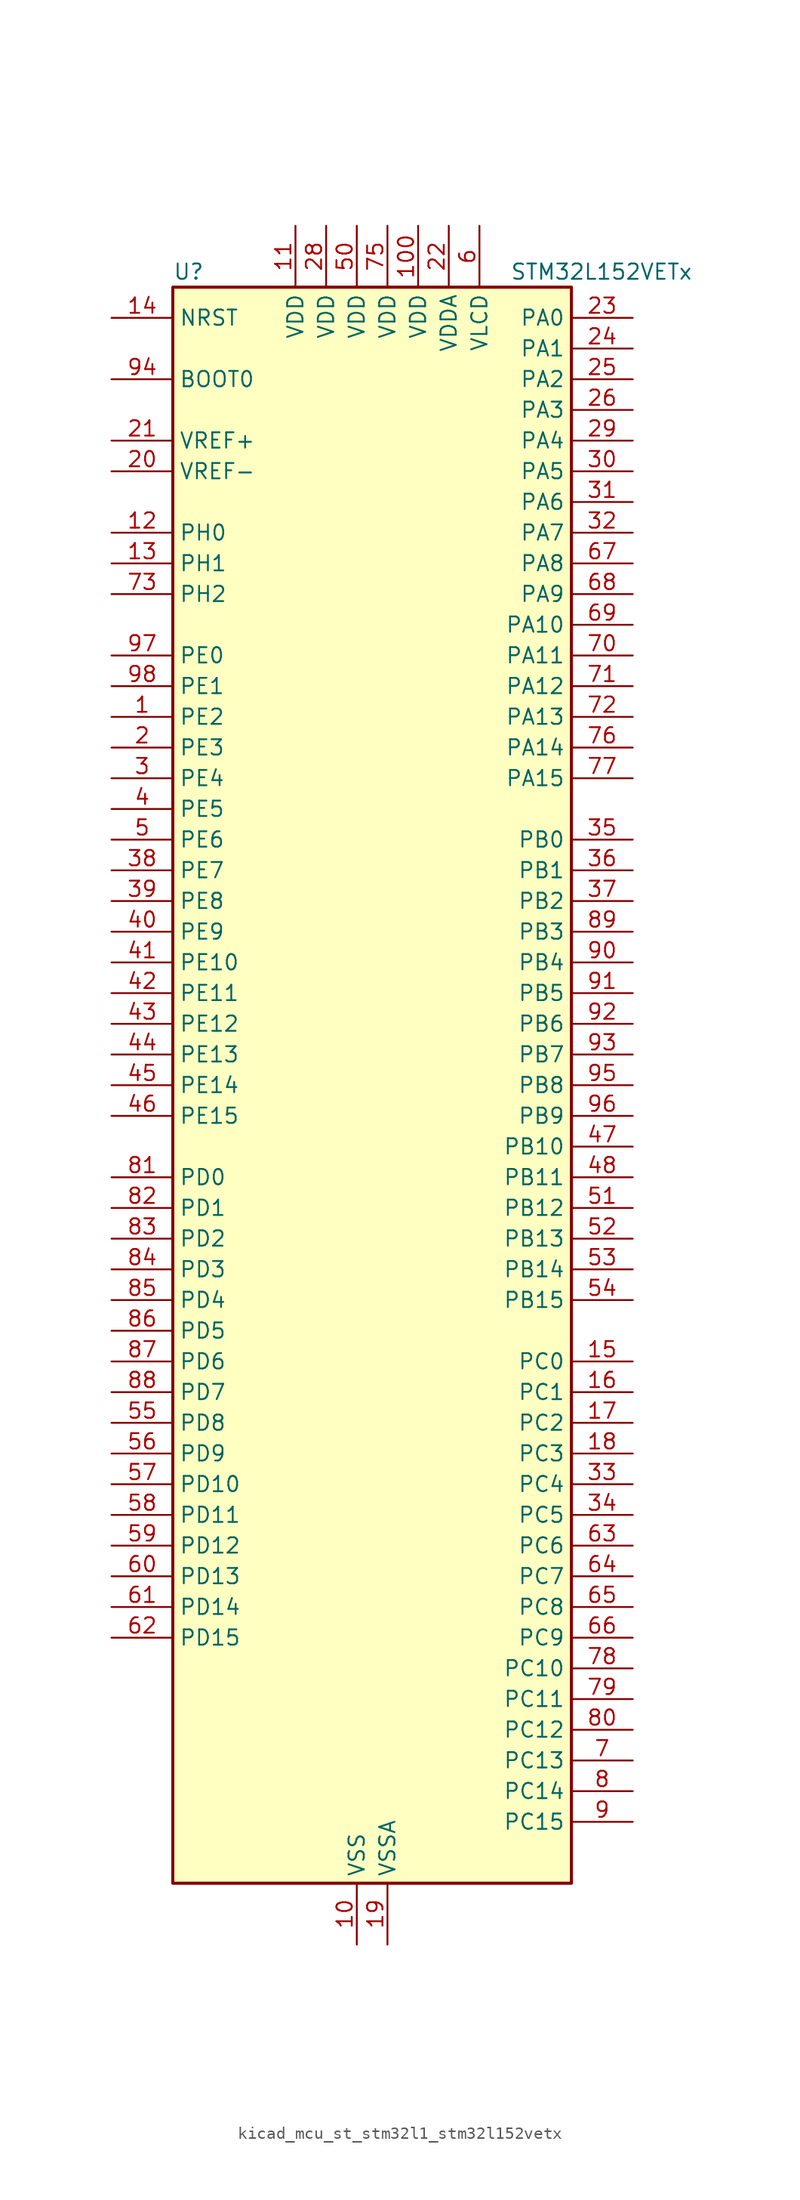
<source format=kicad_sym>
(kicad_symbol_lib
  (version 20220914)
  (generator kicad_symbol_editor)
  (symbol "kicad_mcu_st_stm32l1_stm32l152vetx"
    (property "Reference" "U"
      (at -15.24 67.31 0)
      (effects (font (size 1.27 1.27)) (justify left)))
    (property "Value" "STM32L152VETx"
      (at 12.7 67.31 0)
      (effects (font (size 1.27 1.27)) (justify left)))
    (property "ki_locked" ""
      (at 0 0 0)
      (effects (font (size 1.27 1.27))))
    (symbol "kicad_mcu_st_stm32l1_stm32l152vetx_0_1"
      (rectangle (start -15.24 -66.04) (end 17.78 66.04) (stroke (width 0.254) (type default)) (fill (type background))))
    (symbol "kicad_mcu_st_stm32l1_stm32l152vetx_1_1"
      (pin bidirectional line (at -20.32 30.48 0) (length 5.08) (name "PE2" (effects (font (size 1.27 1.27)))) (number "1" (effects (font (size 1.27 1.27)))) (alternate "LCD_SEG38" bidirectional line) (alternate "SYS_TRACECK" bidirectional line) (alternate "TIM3_ETR" bidirectional line) (alternate "TIMX_IC3" bidirectional line))
      (pin power_in line (at 0 -71.12 90) (length 5.08) (name "VSS" (effects (font (size 1.27 1.27)))) (number "10" (effects (font (size 1.27 1.27)))))
      (pin power_in line (at 5.08 71.12 270) (length 5.08) (name "VDD" (effects (font (size 1.27 1.27)))) (number "100" (effects (font (size 1.27 1.27)))))
      (pin power_in line (at -5.08 71.12 270) (length 5.08) (name "VDD" (effects (font (size 1.27 1.27)))) (number "11" (effects (font (size 1.27 1.27)))))
      (pin bidirectional line (at -20.32 45.72 0) (length 5.08) (name "PH0" (effects (font (size 1.27 1.27)))) (number "12" (effects (font (size 1.27 1.27)))) (alternate "RCC_OSC_IN" bidirectional line))
      (pin bidirectional line (at -20.32 43.18 0) (length 5.08) (name "PH1" (effects (font (size 1.27 1.27)))) (number "13" (effects (font (size 1.27 1.27)))) (alternate "RCC_OSC_OUT" bidirectional line))
      (pin input line (at -20.32 63.5 0) (length 5.08) (name "NRST" (effects (font (size 1.27 1.27)))) (number "14" (effects (font (size 1.27 1.27)))))
      (pin bidirectional line (at 22.86 -22.86 180) (length 5.08) (name "PC0" (effects (font (size 1.27 1.27)))) (number "15" (effects (font (size 1.27 1.27)))) (alternate "ADC_IN10" bidirectional line) (alternate "COMP1_INP" bidirectional line) (alternate "LCD_SEG18" bidirectional line) (alternate "TIMX_IC1" bidirectional line) (alternate "TS_G8_IO1" bidirectional line))
      (pin bidirectional line (at 22.86 -25.4 180) (length 5.08) (name "PC1" (effects (font (size 1.27 1.27)))) (number "16" (effects (font (size 1.27 1.27)))) (alternate "ADC_IN11" bidirectional line) (alternate "COMP1_INP" bidirectional line) (alternate "LCD_SEG19" bidirectional line) (alternate "TIMX_IC2" bidirectional line) (alternate "TS_G8_IO2" bidirectional line))
      (pin bidirectional line (at 22.86 -27.94 180) (length 5.08) (name "PC2" (effects (font (size 1.27 1.27)))) (number "17" (effects (font (size 1.27 1.27)))) (alternate "ADC_IN12" bidirectional line) (alternate "COMP1_INP" bidirectional line) (alternate "LCD_SEG20" bidirectional line) (alternate "TIMX_IC3" bidirectional line) (alternate "TS_G8_IO3" bidirectional line))
      (pin bidirectional line (at 22.86 -30.48 180) (length 5.08) (name "PC3" (effects (font (size 1.27 1.27)))) (number "18" (effects (font (size 1.27 1.27)))) (alternate "ADC_IN13" bidirectional line) (alternate "COMP1_INP" bidirectional line) (alternate "LCD_SEG21" bidirectional line) (alternate "TIMX_IC4" bidirectional line) (alternate "TS_G8_IO4" bidirectional line))
      (pin power_in line (at 2.54 -71.12 90) (length 5.08) (name "VSSA" (effects (font (size 1.27 1.27)))) (number "19" (effects (font (size 1.27 1.27)))))
      (pin bidirectional line (at -20.32 27.94 0) (length 5.08) (name "PE3" (effects (font (size 1.27 1.27)))) (number "2" (effects (font (size 1.27 1.27)))) (alternate "LCD_SEG39" bidirectional line) (alternate "SYS_TRACED0" bidirectional line) (alternate "TIM3_CH1" bidirectional line) (alternate "TIMX_IC4" bidirectional line))
      (pin input line (at -20.32 50.8 0) (length 5.08) (name "VREF-" (effects (font (size 1.27 1.27)))) (number "20" (effects (font (size 1.27 1.27)))))
      (pin input line (at -20.32 53.34 0) (length 5.08) (name "VREF+" (effects (font (size 1.27 1.27)))) (number "21" (effects (font (size 1.27 1.27)))))
      (pin power_in line (at 7.62 71.12 270) (length 5.08) (name "VDDA" (effects (font (size 1.27 1.27)))) (number "22" (effects (font (size 1.27 1.27)))))
      (pin bidirectional line (at 22.86 63.5 180) (length 5.08) (name "PA0" (effects (font (size 1.27 1.27)))) (number "23" (effects (font (size 1.27 1.27)))) (alternate "ADC_IN0" bidirectional line) (alternate "COMP1_INP" bidirectional line) (alternate "RTC_TAMP2" bidirectional line) (alternate "SYS_WKUP1" bidirectional line) (alternate "TIM2_CH1" bidirectional line) (alternate "TIM2_ETR" bidirectional line) (alternate "TIM5_CH1" bidirectional line) (alternate "TIMX_IC1" bidirectional line) (alternate "TS_G1_IO1" bidirectional line) (alternate "USART2_CTS" bidirectional line))
      (pin bidirectional line (at 22.86 60.96 180) (length 5.08) (name "PA1" (effects (font (size 1.27 1.27)))) (number "24" (effects (font (size 1.27 1.27)))) (alternate "ADC_IN1" bidirectional line) (alternate "COMP1_INP" bidirectional line) (alternate "LCD_SEG0" bidirectional line) (alternate "OPAMP1_VINP" bidirectional line) (alternate "TIM2_CH2" bidirectional line) (alternate "TIM5_CH2" bidirectional line) (alternate "TIMX_IC2" bidirectional line) (alternate "TS_G1_IO2" bidirectional line) (alternate "USART2_RTS" bidirectional line))
      (pin bidirectional line (at 22.86 58.42 180) (length 5.08) (name "PA2" (effects (font (size 1.27 1.27)))) (number "25" (effects (font (size 1.27 1.27)))) (alternate "ADC_IN2" bidirectional line) (alternate "COMP1_INP" bidirectional line) (alternate "LCD_SEG1" bidirectional line) (alternate "OPAMP1_VINM" bidirectional line) (alternate "TIM2_CH3" bidirectional line) (alternate "TIM5_CH3" bidirectional line) (alternate "TIM9_CH1" bidirectional line) (alternate "TIMX_IC3" bidirectional line) (alternate "TS_G1_IO3" bidirectional line) (alternate "USART2_TX" bidirectional line))
      (pin bidirectional line (at 22.86 55.88 180) (length 5.08) (name "PA3" (effects (font (size 1.27 1.27)))) (number "26" (effects (font (size 1.27 1.27)))) (alternate "ADC_IN3" bidirectional line) (alternate "COMP1_INP" bidirectional line) (alternate "LCD_SEG2" bidirectional line) (alternate "OPAMP1_VOUT" bidirectional line) (alternate "TIM2_CH4" bidirectional line) (alternate "TIM5_CH4" bidirectional line) (alternate "TIM9_CH2" bidirectional line) (alternate "TIMX_IC4" bidirectional line) (alternate "TS_G1_IO4" bidirectional line) (alternate "USART2_RX" bidirectional line))
      (pin passive line (at 0 -71.12 90) (length 5.08) hide (name "VSS" (effects (font (size 1.27 1.27)))) (number "27" (effects (font (size 1.27 1.27)))))
      (pin power_in line (at -2.54 71.12 270) (length 5.08) (name "VDD" (effects (font (size 1.27 1.27)))) (number "28" (effects (font (size 1.27 1.27)))))
      (pin bidirectional line (at 22.86 53.34 180) (length 5.08) (name "PA4" (effects (font (size 1.27 1.27)))) (number "29" (effects (font (size 1.27 1.27)))) (alternate "ADC_IN4" bidirectional line) (alternate "COMP1_INP" bidirectional line) (alternate "DAC_OUT1" bidirectional line) (alternate "I2S3_WS" bidirectional line) (alternate "SPI1_NSS" bidirectional line) (alternate "SPI3_NSS" bidirectional line) (alternate "TIMX_IC1" bidirectional line) (alternate "USART2_CK" bidirectional line))
      (pin bidirectional line (at -20.32 25.4 0) (length 5.08) (name "PE4" (effects (font (size 1.27 1.27)))) (number "3" (effects (font (size 1.27 1.27)))) (alternate "SYS_TRACED1" bidirectional line) (alternate "TIM3_CH2" bidirectional line) (alternate "TIMX_IC1" bidirectional line))
      (pin bidirectional line (at 22.86 50.8 180) (length 5.08) (name "PA5" (effects (font (size 1.27 1.27)))) (number "30" (effects (font (size 1.27 1.27)))) (alternate "ADC_IN5" bidirectional line) (alternate "COMP1_INP" bidirectional line) (alternate "DAC_OUT2" bidirectional line) (alternate "SPI1_SCK" bidirectional line) (alternate "TIM2_CH1" bidirectional line) (alternate "TIM2_ETR" bidirectional line) (alternate "TIMX_IC2" bidirectional line))
      (pin bidirectional line (at 22.86 48.26 180) (length 5.08) (name "PA6" (effects (font (size 1.27 1.27)))) (number "31" (effects (font (size 1.27 1.27)))) (alternate "ADC_IN6" bidirectional line) (alternate "COMP1_INP" bidirectional line) (alternate "LCD_SEG3" bidirectional line) (alternate "OPAMP2_VINP" bidirectional line) (alternate "SPI1_MISO" bidirectional line) (alternate "TIM10_CH1" bidirectional line) (alternate "TIM3_CH1" bidirectional line) (alternate "TIMX_IC3" bidirectional line) (alternate "TS_G2_IO1" bidirectional line))
      (pin bidirectional line (at 22.86 45.72 180) (length 5.08) (name "PA7" (effects (font (size 1.27 1.27)))) (number "32" (effects (font (size 1.27 1.27)))) (alternate "ADC_IN7" bidirectional line) (alternate "COMP1_INP" bidirectional line) (alternate "LCD_SEG4" bidirectional line) (alternate "OPAMP2_VINM" bidirectional line) (alternate "SPI1_MOSI" bidirectional line) (alternate "TIM11_CH1" bidirectional line) (alternate "TIM3_CH2" bidirectional line) (alternate "TIMX_IC4" bidirectional line) (alternate "TS_G2_IO2" bidirectional line))
      (pin bidirectional line (at 22.86 -33.02 180) (length 5.08) (name "PC4" (effects (font (size 1.27 1.27)))) (number "33" (effects (font (size 1.27 1.27)))) (alternate "ADC_IN14" bidirectional line) (alternate "COMP1_INP" bidirectional line) (alternate "LCD_SEG22" bidirectional line) (alternate "TIMX_IC1" bidirectional line) (alternate "TS_G9_IO1" bidirectional line))
      (pin bidirectional line (at 22.86 -35.56 180) (length 5.08) (name "PC5" (effects (font (size 1.27 1.27)))) (number "34" (effects (font (size 1.27 1.27)))) (alternate "ADC_IN15" bidirectional line) (alternate "COMP1_INP" bidirectional line) (alternate "LCD_SEG23" bidirectional line) (alternate "TIMX_IC2" bidirectional line) (alternate "TS_G9_IO2" bidirectional line))
      (pin bidirectional line (at 22.86 20.32 180) (length 5.08) (name "PB0" (effects (font (size 1.27 1.27)))) (number "35" (effects (font (size 1.27 1.27)))) (alternate "ADC_IN8" bidirectional line) (alternate "COMP1_INP" bidirectional line) (alternate "LCD_SEG5" bidirectional line) (alternate "OPAMP2_VOUT" bidirectional line) (alternate "SYS_V_REF_OUT" bidirectional line) (alternate "TIM3_CH3" bidirectional line) (alternate "TS_G3_IO1" bidirectional line))
      (pin bidirectional line (at 22.86 17.78 180) (length 5.08) (name "PB1" (effects (font (size 1.27 1.27)))) (number "36" (effects (font (size 1.27 1.27)))) (alternate "ADC_IN9" bidirectional line) (alternate "COMP1_INP" bidirectional line) (alternate "LCD_SEG6" bidirectional line) (alternate "SYS_V_REF_OUT" bidirectional line) (alternate "TIM3_CH4" bidirectional line) (alternate "TS_G3_IO2" bidirectional line))
      (pin bidirectional line (at 22.86 15.24 180) (length 5.08) (name "PB2" (effects (font (size 1.27 1.27)))) (number "37" (effects (font (size 1.27 1.27)))) (alternate "ADC_IN0b" bidirectional line) (alternate "TS_G3_IO3" bidirectional line))
      (pin bidirectional line (at -20.32 17.78 0) (length 5.08) (name "PE7" (effects (font (size 1.27 1.27)))) (number "38" (effects (font (size 1.27 1.27)))) (alternate "ADC_IN22" bidirectional line) (alternate "COMP1_INP" bidirectional line) (alternate "TIMX_IC4" bidirectional line))
      (pin bidirectional line (at -20.32 15.24 0) (length 5.08) (name "PE8" (effects (font (size 1.27 1.27)))) (number "39" (effects (font (size 1.27 1.27)))) (alternate "ADC_IN23" bidirectional line) (alternate "COMP1_INP" bidirectional line) (alternate "TIMX_IC1" bidirectional line))
      (pin bidirectional line (at -20.32 22.86 0) (length 5.08) (name "PE5" (effects (font (size 1.27 1.27)))) (number "4" (effects (font (size 1.27 1.27)))) (alternate "SYS_TRACED2" bidirectional line) (alternate "TIM9_CH1" bidirectional line) (alternate "TIMX_IC2" bidirectional line))
      (pin bidirectional line (at -20.32 12.7 0) (length 5.08) (name "PE9" (effects (font (size 1.27 1.27)))) (number "40" (effects (font (size 1.27 1.27)))) (alternate "ADC_IN24" bidirectional line) (alternate "COMP1_INP" bidirectional line) (alternate "DAC_EXTI9" bidirectional line) (alternate "TIM2_CH1" bidirectional line) (alternate "TIM2_ETR" bidirectional line) (alternate "TIMX_IC2" bidirectional line))
      (pin bidirectional line (at -20.32 10.16 0) (length 5.08) (name "PE10" (effects (font (size 1.27 1.27)))) (number "41" (effects (font (size 1.27 1.27)))) (alternate "ADC_IN25" bidirectional line) (alternate "COMP1_INP" bidirectional line) (alternate "TIM2_CH2" bidirectional line) (alternate "TIMX_IC3" bidirectional line))
      (pin bidirectional line (at -20.32 7.62 0) (length 5.08) (name "PE11" (effects (font (size 1.27 1.27)))) (number "42" (effects (font (size 1.27 1.27)))) (alternate "ADC_EXTI11" bidirectional line) (alternate "TIM2_CH3" bidirectional line) (alternate "TIMX_IC4" bidirectional line))
      (pin bidirectional line (at -20.32 5.08 0) (length 5.08) (name "PE12" (effects (font (size 1.27 1.27)))) (number "43" (effects (font (size 1.27 1.27)))) (alternate "SPI1_NSS" bidirectional line) (alternate "TIM2_CH4" bidirectional line) (alternate "TIMX_IC1" bidirectional line))
      (pin bidirectional line (at -20.32 2.54 0) (length 5.08) (name "PE13" (effects (font (size 1.27 1.27)))) (number "44" (effects (font (size 1.27 1.27)))) (alternate "SPI1_SCK" bidirectional line) (alternate "TIMX_IC2" bidirectional line))
      (pin bidirectional line (at -20.32 0 0) (length 5.08) (name "PE14" (effects (font (size 1.27 1.27)))) (number "45" (effects (font (size 1.27 1.27)))) (alternate "SPI1_MISO" bidirectional line) (alternate "TIMX_IC3" bidirectional line))
      (pin bidirectional line (at -20.32 -2.54 0) (length 5.08) (name "PE15" (effects (font (size 1.27 1.27)))) (number "46" (effects (font (size 1.27 1.27)))) (alternate "ADC_EXTI15" bidirectional line) (alternate "SPI1_MOSI" bidirectional line) (alternate "TIMX_IC4" bidirectional line))
      (pin bidirectional line (at 22.86 -5.08 180) (length 5.08) (name "PB10" (effects (font (size 1.27 1.27)))) (number "47" (effects (font (size 1.27 1.27)))) (alternate "I2C2_SCL" bidirectional line) (alternate "LCD_SEG10" bidirectional line) (alternate "TIM2_CH3" bidirectional line) (alternate "USART3_TX" bidirectional line))
      (pin bidirectional line (at 22.86 -7.62 180) (length 5.08) (name "PB11" (effects (font (size 1.27 1.27)))) (number "48" (effects (font (size 1.27 1.27)))) (alternate "ADC_EXTI11" bidirectional line) (alternate "I2C2_SDA" bidirectional line) (alternate "LCD_SEG11" bidirectional line) (alternate "TIM2_CH4" bidirectional line) (alternate "USART3_RX" bidirectional line))
      (pin passive line (at 0 -71.12 90) (length 5.08) hide (name "VSS" (effects (font (size 1.27 1.27)))) (number "49" (effects (font (size 1.27 1.27)))))
      (pin bidirectional line (at -20.32 20.32 0) (length 5.08) (name "PE6" (effects (font (size 1.27 1.27)))) (number "5" (effects (font (size 1.27 1.27)))) (alternate "RTC_TAMP3" bidirectional line) (alternate "SYS_TRACED3" bidirectional line) (alternate "SYS_WKUP3" bidirectional line) (alternate "TIM9_CH2" bidirectional line) (alternate "TIMX_IC3" bidirectional line))
      (pin power_in line (at 0 71.12 270) (length 5.08) (name "VDD" (effects (font (size 1.27 1.27)))) (number "50" (effects (font (size 1.27 1.27)))))
      (pin bidirectional line (at 22.86 -10.16 180) (length 5.08) (name "PB12" (effects (font (size 1.27 1.27)))) (number "51" (effects (font (size 1.27 1.27)))) (alternate "ADC_IN18" bidirectional line) (alternate "COMP1_INP" bidirectional line) (alternate "I2C2_SMBA" bidirectional line) (alternate "I2S2_WS" bidirectional line) (alternate "LCD_SEG12" bidirectional line) (alternate "SPI2_NSS" bidirectional line) (alternate "TIM10_CH1" bidirectional line) (alternate "TS_G7_IO1" bidirectional line) (alternate "USART3_CK" bidirectional line))
      (pin bidirectional line (at 22.86 -12.7 180) (length 5.08) (name "PB13" (effects (font (size 1.27 1.27)))) (number "52" (effects (font (size 1.27 1.27)))) (alternate "ADC_IN19" bidirectional line) (alternate "COMP1_INP" bidirectional line) (alternate "I2S2_CK" bidirectional line) (alternate "LCD_SEG13" bidirectional line) (alternate "SPI2_SCK" bidirectional line) (alternate "TIM9_CH1" bidirectional line) (alternate "TS_G7_IO2" bidirectional line) (alternate "USART3_CTS" bidirectional line))
      (pin bidirectional line (at 22.86 -15.24 180) (length 5.08) (name "PB14" (effects (font (size 1.27 1.27)))) (number "53" (effects (font (size 1.27 1.27)))) (alternate "ADC_IN20" bidirectional line) (alternate "COMP1_INP" bidirectional line) (alternate "LCD_SEG14" bidirectional line) (alternate "SPI2_MISO" bidirectional line) (alternate "TIM9_CH2" bidirectional line) (alternate "TS_G7_IO3" bidirectional line) (alternate "USART3_RTS" bidirectional line))
      (pin bidirectional line (at 22.86 -17.78 180) (length 5.08) (name "PB15" (effects (font (size 1.27 1.27)))) (number "54" (effects (font (size 1.27 1.27)))) (alternate "ADC_EXTI15" bidirectional line) (alternate "ADC_IN21" bidirectional line) (alternate "COMP1_INP" bidirectional line) (alternate "I2S2_SD" bidirectional line) (alternate "LCD_SEG15" bidirectional line) (alternate "RTC_REFIN" bidirectional line) (alternate "SPI2_MOSI" bidirectional line) (alternate "TIM11_CH1" bidirectional line) (alternate "TS_G7_IO4" bidirectional line))
      (pin bidirectional line (at -20.32 -27.94 0) (length 5.08) (name "PD8" (effects (font (size 1.27 1.27)))) (number "55" (effects (font (size 1.27 1.27)))) (alternate "LCD_SEG28" bidirectional line) (alternate "TIMX_IC1" bidirectional line) (alternate "USART3_TX" bidirectional line))
      (pin bidirectional line (at -20.32 -30.48 0) (length 5.08) (name "PD9" (effects (font (size 1.27 1.27)))) (number "56" (effects (font (size 1.27 1.27)))) (alternate "DAC_EXTI9" bidirectional line) (alternate "LCD_SEG29" bidirectional line) (alternate "TIMX_IC2" bidirectional line) (alternate "USART3_RX" bidirectional line))
      (pin bidirectional line (at -20.32 -33.02 0) (length 5.08) (name "PD10" (effects (font (size 1.27 1.27)))) (number "57" (effects (font (size 1.27 1.27)))) (alternate "LCD_SEG30" bidirectional line) (alternate "TIMX_IC3" bidirectional line) (alternate "USART3_CK" bidirectional line))
      (pin bidirectional line (at -20.32 -35.56 0) (length 5.08) (name "PD11" (effects (font (size 1.27 1.27)))) (number "58" (effects (font (size 1.27 1.27)))) (alternate "ADC_EXTI11" bidirectional line) (alternate "LCD_SEG31" bidirectional line) (alternate "TIMX_IC4" bidirectional line) (alternate "USART3_CTS" bidirectional line))
      (pin bidirectional line (at -20.32 -38.1 0) (length 5.08) (name "PD12" (effects (font (size 1.27 1.27)))) (number "59" (effects (font (size 1.27 1.27)))) (alternate "LCD_SEG32" bidirectional line) (alternate "TIM4_CH1" bidirectional line) (alternate "TIMX_IC1" bidirectional line) (alternate "USART3_RTS" bidirectional line))
      (pin power_in line (at 10.16 71.12 270) (length 5.08) (name "VLCD" (effects (font (size 1.27 1.27)))) (number "6" (effects (font (size 1.27 1.27)))))
      (pin bidirectional line (at -20.32 -40.64 0) (length 5.08) (name "PD13" (effects (font (size 1.27 1.27)))) (number "60" (effects (font (size 1.27 1.27)))) (alternate "LCD_SEG33" bidirectional line) (alternate "TIM4_CH2" bidirectional line) (alternate "TIMX_IC2" bidirectional line))
      (pin bidirectional line (at -20.32 -43.18 0) (length 5.08) (name "PD14" (effects (font (size 1.27 1.27)))) (number "61" (effects (font (size 1.27 1.27)))) (alternate "LCD_SEG34" bidirectional line) (alternate "TIM4_CH3" bidirectional line) (alternate "TIMX_IC3" bidirectional line))
      (pin bidirectional line (at -20.32 -45.72 0) (length 5.08) (name "PD15" (effects (font (size 1.27 1.27)))) (number "62" (effects (font (size 1.27 1.27)))) (alternate "ADC_EXTI15" bidirectional line) (alternate "LCD_SEG35" bidirectional line) (alternate "TIM4_CH4" bidirectional line) (alternate "TIMX_IC4" bidirectional line))
      (pin bidirectional line (at 22.86 -38.1 180) (length 5.08) (name "PC6" (effects (font (size 1.27 1.27)))) (number "63" (effects (font (size 1.27 1.27)))) (alternate "I2S2_MCK" bidirectional line) (alternate "LCD_SEG24" bidirectional line) (alternate "TIM3_CH1" bidirectional line) (alternate "TIMX_IC3" bidirectional line) (alternate "TS_G10_IO1" bidirectional line))
      (pin bidirectional line (at 22.86 -40.64 180) (length 5.08) (name "PC7" (effects (font (size 1.27 1.27)))) (number "64" (effects (font (size 1.27 1.27)))) (alternate "I2S3_MCK" bidirectional line) (alternate "LCD_SEG25" bidirectional line) (alternate "TIM3_CH2" bidirectional line) (alternate "TIMX_IC4" bidirectional line) (alternate "TS_G10_IO2" bidirectional line))
      (pin bidirectional line (at 22.86 -43.18 180) (length 5.08) (name "PC8" (effects (font (size 1.27 1.27)))) (number "65" (effects (font (size 1.27 1.27)))) (alternate "LCD_SEG26" bidirectional line) (alternate "TIM3_CH3" bidirectional line) (alternate "TIMX_IC1" bidirectional line) (alternate "TS_G10_IO3" bidirectional line))
      (pin bidirectional line (at 22.86 -45.72 180) (length 5.08) (name "PC9" (effects (font (size 1.27 1.27)))) (number "66" (effects (font (size 1.27 1.27)))) (alternate "DAC_EXTI9" bidirectional line) (alternate "LCD_SEG27" bidirectional line) (alternate "TIM3_CH4" bidirectional line) (alternate "TIMX_IC2" bidirectional line) (alternate "TS_G10_IO4" bidirectional line))
      (pin bidirectional line (at 22.86 43.18 180) (length 5.08) (name "PA8" (effects (font (size 1.27 1.27)))) (number "67" (effects (font (size 1.27 1.27)))) (alternate "LCD_COM0" bidirectional line) (alternate "RCC_MCO" bidirectional line) (alternate "TIMX_IC1" bidirectional line) (alternate "TS_G4_IO1" bidirectional line) (alternate "USART1_CK" bidirectional line))
      (pin bidirectional line (at 22.86 40.64 180) (length 5.08) (name "PA9" (effects (font (size 1.27 1.27)))) (number "68" (effects (font (size 1.27 1.27)))) (alternate "DAC_EXTI9" bidirectional line) (alternate "LCD_COM1" bidirectional line) (alternate "TIMX_IC2" bidirectional line) (alternate "TS_G4_IO2" bidirectional line) (alternate "USART1_TX" bidirectional line))
      (pin bidirectional line (at 22.86 38.1 180) (length 5.08) (name "PA10" (effects (font (size 1.27 1.27)))) (number "69" (effects (font (size 1.27 1.27)))) (alternate "LCD_COM2" bidirectional line) (alternate "TIMX_IC3" bidirectional line) (alternate "TS_G4_IO3" bidirectional line) (alternate "USART1_RX" bidirectional line))
      (pin bidirectional line (at 22.86 -55.88 180) (length 5.08) (name "PC13" (effects (font (size 1.27 1.27)))) (number "7" (effects (font (size 1.27 1.27)))) (alternate "RTC_OUT_ALARM" bidirectional line) (alternate "RTC_OUT_CALIB" bidirectional line) (alternate "RTC_TAMP1" bidirectional line) (alternate "RTC_TS" bidirectional line) (alternate "SYS_WKUP2" bidirectional line) (alternate "TIMX_IC2" bidirectional line))
      (pin bidirectional line (at 22.86 35.56 180) (length 5.08) (name "PA11" (effects (font (size 1.27 1.27)))) (number "70" (effects (font (size 1.27 1.27)))) (alternate "ADC_EXTI11" bidirectional line) (alternate "SPI1_MISO" bidirectional line) (alternate "TIMX_IC4" bidirectional line) (alternate "USART1_CTS" bidirectional line) (alternate "USB_DM" bidirectional line))
      (pin bidirectional line (at 22.86 33.02 180) (length 5.08) (name "PA12" (effects (font (size 1.27 1.27)))) (number "71" (effects (font (size 1.27 1.27)))) (alternate "SPI1_MOSI" bidirectional line) (alternate "TIMX_IC1" bidirectional line) (alternate "USART1_RTS" bidirectional line) (alternate "USB_DP" bidirectional line))
      (pin bidirectional line (at 22.86 30.48 180) (length 5.08) (name "PA13" (effects (font (size 1.27 1.27)))) (number "72" (effects (font (size 1.27 1.27)))) (alternate "SYS_JTMS-SWDIO" bidirectional line) (alternate "TIMX_IC2" bidirectional line) (alternate "TS_G5_IO1" bidirectional line))
      (pin bidirectional line (at -20.32 40.64 0) (length 5.08) (name "PH2" (effects (font (size 1.27 1.27)))) (number "73" (effects (font (size 1.27 1.27)))))
      (pin passive line (at 0 -71.12 90) (length 5.08) hide (name "VSS" (effects (font (size 1.27 1.27)))) (number "74" (effects (font (size 1.27 1.27)))))
      (pin power_in line (at 2.54 71.12 270) (length 5.08) (name "VDD" (effects (font (size 1.27 1.27)))) (number "75" (effects (font (size 1.27 1.27)))))
      (pin bidirectional line (at 22.86 27.94 180) (length 5.08) (name "PA14" (effects (font (size 1.27 1.27)))) (number "76" (effects (font (size 1.27 1.27)))) (alternate "SYS_JTCK-SWCLK" bidirectional line) (alternate "TIMX_IC3" bidirectional line) (alternate "TS_G5_IO2" bidirectional line))
      (pin bidirectional line (at 22.86 25.4 180) (length 5.08) (name "PA15" (effects (font (size 1.27 1.27)))) (number "77" (effects (font (size 1.27 1.27)))) (alternate "ADC_EXTI15" bidirectional line) (alternate "I2S3_WS" bidirectional line) (alternate "LCD_SEG17" bidirectional line) (alternate "SPI1_NSS" bidirectional line) (alternate "SPI3_NSS" bidirectional line) (alternate "SYS_JTDI" bidirectional line) (alternate "TIM2_CH1" bidirectional line) (alternate "TIM2_ETR" bidirectional line) (alternate "TIMX_IC4" bidirectional line) (alternate "TS_G5_IO3" bidirectional line))
      (pin bidirectional line (at 22.86 -48.26 180) (length 5.08) (name "PC10" (effects (font (size 1.27 1.27)))) (number "78" (effects (font (size 1.27 1.27)))) (alternate "I2S3_CK" bidirectional line) (alternate "LCD_COM4" bidirectional line) (alternate "LCD_SEG28" bidirectional line) (alternate "LCD_SEG40" bidirectional line) (alternate "SPI3_SCK" bidirectional line) (alternate "TIMX_IC3" bidirectional line) (alternate "UART4_TX" bidirectional line) (alternate "USART3_TX" bidirectional line))
      (pin bidirectional line (at 22.86 -50.8 180) (length 5.08) (name "PC11" (effects (font (size 1.27 1.27)))) (number "79" (effects (font (size 1.27 1.27)))) (alternate "ADC_EXTI11" bidirectional line) (alternate "LCD_COM5" bidirectional line) (alternate "LCD_SEG29" bidirectional line) (alternate "LCD_SEG41" bidirectional line) (alternate "SPI3_MISO" bidirectional line) (alternate "TIMX_IC4" bidirectional line) (alternate "UART4_RX" bidirectional line) (alternate "USART3_RX" bidirectional line))
      (pin bidirectional line (at 22.86 -58.42 180) (length 5.08) (name "PC14" (effects (font (size 1.27 1.27)))) (number "8" (effects (font (size 1.27 1.27)))) (alternate "RCC_OSC32_IN" bidirectional line) (alternate "TIMX_IC3" bidirectional line))
      (pin bidirectional line (at 22.86 -53.34 180) (length 5.08) (name "PC12" (effects (font (size 1.27 1.27)))) (number "80" (effects (font (size 1.27 1.27)))) (alternate "I2S3_SD" bidirectional line) (alternate "LCD_COM6" bidirectional line) (alternate "LCD_SEG30" bidirectional line) (alternate "LCD_SEG42" bidirectional line) (alternate "SPI3_MOSI" bidirectional line) (alternate "TIMX_IC1" bidirectional line) (alternate "UART5_TX" bidirectional line) (alternate "USART3_CK" bidirectional line))
      (pin bidirectional line (at -20.32 -7.62 0) (length 5.08) (name "PD0" (effects (font (size 1.27 1.27)))) (number "81" (effects (font (size 1.27 1.27)))) (alternate "I2S2_WS" bidirectional line) (alternate "SPI2_NSS" bidirectional line) (alternate "TIM9_CH1" bidirectional line) (alternate "TIMX_IC1" bidirectional line))
      (pin bidirectional line (at -20.32 -10.16 0) (length 5.08) (name "PD1" (effects (font (size 1.27 1.27)))) (number "82" (effects (font (size 1.27 1.27)))) (alternate "I2S2_CK" bidirectional line) (alternate "SPI2_SCK" bidirectional line) (alternate "TIMX_IC2" bidirectional line))
      (pin bidirectional line (at -20.32 -12.7 0) (length 5.08) (name "PD2" (effects (font (size 1.27 1.27)))) (number "83" (effects (font (size 1.27 1.27)))) (alternate "LCD_COM7" bidirectional line) (alternate "LCD_SEG31" bidirectional line) (alternate "LCD_SEG43" bidirectional line) (alternate "TIM3_ETR" bidirectional line) (alternate "TIMX_IC3" bidirectional line) (alternate "UART5_RX" bidirectional line))
      (pin bidirectional line (at -20.32 -15.24 0) (length 5.08) (name "PD3" (effects (font (size 1.27 1.27)))) (number "84" (effects (font (size 1.27 1.27)))) (alternate "SPI2_MISO" bidirectional line) (alternate "TIMX_IC4" bidirectional line) (alternate "USART2_CTS" bidirectional line))
      (pin bidirectional line (at -20.32 -17.78 0) (length 5.08) (name "PD4" (effects (font (size 1.27 1.27)))) (number "85" (effects (font (size 1.27 1.27)))) (alternate "I2S2_SD" bidirectional line) (alternate "SPI2_MOSI" bidirectional line) (alternate "TIMX_IC1" bidirectional line) (alternate "USART2_RTS" bidirectional line))
      (pin bidirectional line (at -20.32 -20.32 0) (length 5.08) (name "PD5" (effects (font (size 1.27 1.27)))) (number "86" (effects (font (size 1.27 1.27)))) (alternate "TIMX_IC2" bidirectional line) (alternate "USART2_TX" bidirectional line))
      (pin bidirectional line (at -20.32 -22.86 0) (length 5.08) (name "PD6" (effects (font (size 1.27 1.27)))) (number "87" (effects (font (size 1.27 1.27)))) (alternate "TIMX_IC3" bidirectional line) (alternate "USART2_RX" bidirectional line))
      (pin bidirectional line (at -20.32 -25.4 0) (length 5.08) (name "PD7" (effects (font (size 1.27 1.27)))) (number "88" (effects (font (size 1.27 1.27)))) (alternate "TIM9_CH2" bidirectional line) (alternate "TIMX_IC4" bidirectional line) (alternate "USART2_CK" bidirectional line))
      (pin bidirectional line (at 22.86 12.7 180) (length 5.08) (name "PB3" (effects (font (size 1.27 1.27)))) (number "89" (effects (font (size 1.27 1.27)))) (alternate "COMP2_INM" bidirectional line) (alternate "I2S3_CK" bidirectional line) (alternate "LCD_SEG7" bidirectional line) (alternate "SPI1_SCK" bidirectional line) (alternate "SPI3_SCK" bidirectional line) (alternate "SYS_JTDO-TRACESWO" bidirectional line) (alternate "TIM2_CH2" bidirectional line))
      (pin bidirectional line (at 22.86 -60.96 180) (length 5.08) (name "PC15" (effects (font (size 1.27 1.27)))) (number "9" (effects (font (size 1.27 1.27)))) (alternate "ADC_EXTI15" bidirectional line) (alternate "RCC_OSC32_OUT" bidirectional line) (alternate "TIMX_IC4" bidirectional line))
      (pin bidirectional line (at 22.86 10.16 180) (length 5.08) (name "PB4" (effects (font (size 1.27 1.27)))) (number "90" (effects (font (size 1.27 1.27)))) (alternate "COMP2_INP" bidirectional line) (alternate "LCD_SEG8" bidirectional line) (alternate "SPI1_MISO" bidirectional line) (alternate "SPI3_MISO" bidirectional line) (alternate "SYS_JTRST" bidirectional line) (alternate "TIM3_CH1" bidirectional line) (alternate "TS_G6_IO1" bidirectional line))
      (pin bidirectional line (at 22.86 7.62 180) (length 5.08) (name "PB5" (effects (font (size 1.27 1.27)))) (number "91" (effects (font (size 1.27 1.27)))) (alternate "COMP2_INP" bidirectional line) (alternate "I2C1_SMBA" bidirectional line) (alternate "I2S3_SD" bidirectional line) (alternate "LCD_SEG9" bidirectional line) (alternate "SPI1_MOSI" bidirectional line) (alternate "SPI3_MOSI" bidirectional line) (alternate "TIM3_CH2" bidirectional line) (alternate "TS_G6_IO2" bidirectional line))
      (pin bidirectional line (at 22.86 5.08 180) (length 5.08) (name "PB6" (effects (font (size 1.27 1.27)))) (number "92" (effects (font (size 1.27 1.27)))) (alternate "COMP2_INP" bidirectional line) (alternate "I2C1_SCL" bidirectional line) (alternate "TIM4_CH1" bidirectional line) (alternate "TS_G6_IO3" bidirectional line) (alternate "USART1_TX" bidirectional line))
      (pin bidirectional line (at 22.86 2.54 180) (length 5.08) (name "PB7" (effects (font (size 1.27 1.27)))) (number "93" (effects (font (size 1.27 1.27)))) (alternate "COMP2_INP" bidirectional line) (alternate "I2C1_SDA" bidirectional line) (alternate "SYS_PVD_IN" bidirectional line) (alternate "TIM4_CH2" bidirectional line) (alternate "TS_G6_IO4" bidirectional line) (alternate "USART1_RX" bidirectional line))
      (pin input line (at -20.32 58.42 0) (length 5.08) (name "BOOT0" (effects (font (size 1.27 1.27)))) (number "94" (effects (font (size 1.27 1.27)))))
      (pin bidirectional line (at 22.86 0 180) (length 5.08) (name "PB8" (effects (font (size 1.27 1.27)))) (number "95" (effects (font (size 1.27 1.27)))) (alternate "I2C1_SCL" bidirectional line) (alternate "LCD_SEG16" bidirectional line) (alternate "TIM10_CH1" bidirectional line) (alternate "TIM4_CH3" bidirectional line))
      (pin bidirectional line (at 22.86 -2.54 180) (length 5.08) (name "PB9" (effects (font (size 1.27 1.27)))) (number "96" (effects (font (size 1.27 1.27)))) (alternate "DAC_EXTI9" bidirectional line) (alternate "I2C1_SDA" bidirectional line) (alternate "LCD_COM3" bidirectional line) (alternate "TIM11_CH1" bidirectional line) (alternate "TIM4_CH4" bidirectional line))
      (pin bidirectional line (at -20.32 35.56 0) (length 5.08) (name "PE0" (effects (font (size 1.27 1.27)))) (number "97" (effects (font (size 1.27 1.27)))) (alternate "LCD_SEG36" bidirectional line) (alternate "TIM10_CH1" bidirectional line) (alternate "TIM4_ETR" bidirectional line) (alternate "TIMX_IC1" bidirectional line))
      (pin bidirectional line (at -20.32 33.02 0) (length 5.08) (name "PE1" (effects (font (size 1.27 1.27)))) (number "98" (effects (font (size 1.27 1.27)))) (alternate "LCD_SEG37" bidirectional line) (alternate "TIM11_CH1" bidirectional line) (alternate "TIMX_IC2" bidirectional line))
      (pin passive line (at 0 -71.12 90) (length 5.08) hide (name "VSS" (effects (font (size 1.27 1.27)))) (number "99" (effects (font (size 1.27 1.27))))))))
</source>
